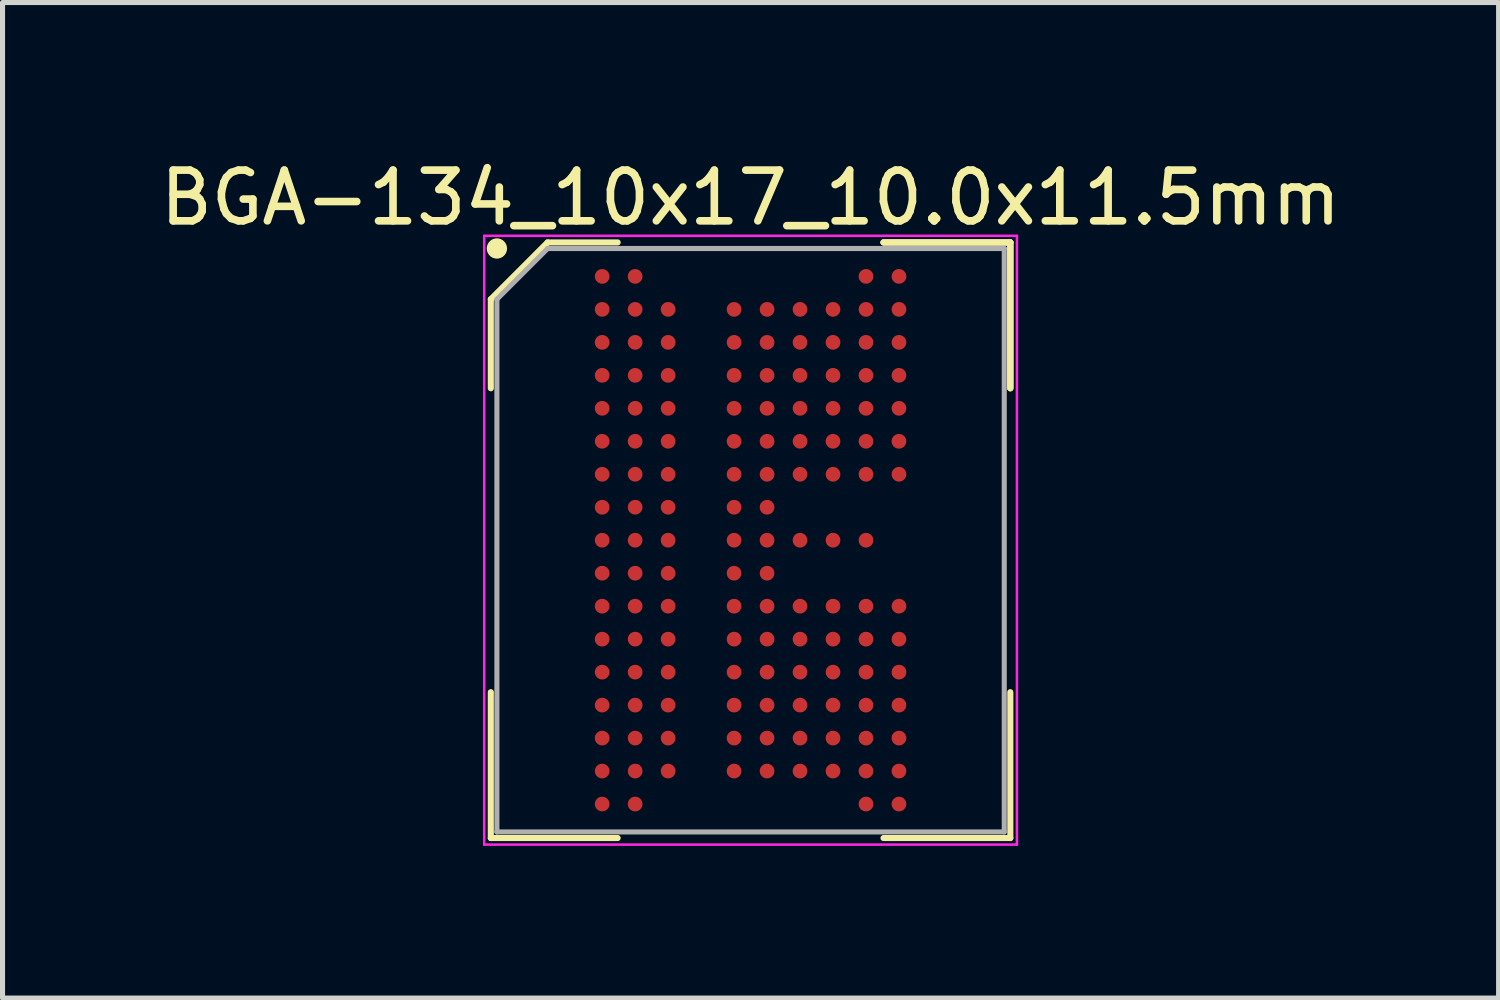
<source format=kicad_pcb>
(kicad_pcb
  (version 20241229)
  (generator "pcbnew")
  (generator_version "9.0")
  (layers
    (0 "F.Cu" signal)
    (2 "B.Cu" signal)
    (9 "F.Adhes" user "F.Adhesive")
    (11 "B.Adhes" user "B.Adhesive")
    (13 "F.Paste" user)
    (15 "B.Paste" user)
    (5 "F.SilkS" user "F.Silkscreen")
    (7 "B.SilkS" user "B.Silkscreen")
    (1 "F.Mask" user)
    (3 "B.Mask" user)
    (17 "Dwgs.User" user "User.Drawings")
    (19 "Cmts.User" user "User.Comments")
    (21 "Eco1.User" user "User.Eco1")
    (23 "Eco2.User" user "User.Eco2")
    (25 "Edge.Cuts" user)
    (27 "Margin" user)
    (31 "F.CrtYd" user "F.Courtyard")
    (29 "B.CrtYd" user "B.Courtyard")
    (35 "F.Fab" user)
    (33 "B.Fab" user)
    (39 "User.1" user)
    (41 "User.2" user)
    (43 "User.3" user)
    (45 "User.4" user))
  (footprint "BGA-134_10x17_10.0x11.5mm"
    (layer "F.Cu")
    (at 11.744 7.598)
    (property "Reference" "BGA-134_10x17_10.0x11.5mm" (at 0 -6.75 0) (layer "F.SilkS") (effects (font (size 1 1) (thickness 0.15))))
    (attr smd)
    (fp_line (start -5.12 -4.75) (end -5.12 -2.995) (stroke (width 0.12) (type solid)) (layer "F.SilkS"))
    (fp_line (start -5.12 5.87) (end -5.12 2.995) (stroke (width 0.12) (type solid)) (layer "F.SilkS"))
    (fp_line (start -4 -5.87) (end -5.12 -4.75) (stroke (width 0.12) (type solid)) (layer "F.SilkS"))
    (fp_line (start -2.62 -5.87) (end -4 -5.87) (stroke (width 0.12) (type solid)) (layer "F.SilkS"))
    (fp_line (start -2.62 5.87) (end -5.12 5.87) (stroke (width 0.12) (type solid)) (layer "F.SilkS"))
    (fp_line (start 2.62 -5.87) (end 5.12 -5.87) (stroke (width 0.12) (type solid)) (layer "F.SilkS"))
    (fp_line (start 2.62 -5.87) (end 5.12 -5.87) (stroke (width 0.12) (type solid)) (layer "F.SilkS"))
    (fp_line (start 2.62 -5.87) (end 5.12 -5.87) (stroke (width 0.12) (type solid)) (layer "F.SilkS"))
    (fp_line (start 2.62 5.87) (end 5.12 5.87) (stroke (width 0.12) (type solid)) (layer "F.SilkS"))
    (fp_line (start 5.12 -5.87) (end 5.12 -2.995) (stroke (width 0.12) (type solid)) (layer "F.SilkS"))
    (fp_line (start 5.12 -5.87) (end 5.12 -2.995) (stroke (width 0.12) (type solid)) (layer "F.SilkS"))
    (fp_line (start 5.12 -5.87) (end 5.12 -2.995) (stroke (width 0.12) (type solid)) (layer "F.SilkS"))
    (fp_line (start 5.12 5.87) (end 5.12 2.995) (stroke (width 0.12) (type solid)) (layer "F.SilkS"))
    (fp_circle (center -5 -5.75) (end -5 -5.65) (stroke (width 0.2) (type solid)) (fill no) (layer "F.SilkS"))
    (fp_line (start -5.25 -6) (end 5.25 -6) (stroke (width 0.05) (type solid)) (layer "F.CrtYd"))
    (fp_line (start -5.25 6) (end -5.25 -6) (stroke (width 0.05) (type solid)) (layer "F.CrtYd"))
    (fp_line (start 5.25 -6) (end 5.25 6) (stroke (width 0.05) (type solid)) (layer "F.CrtYd"))
    (fp_line (start 5.25 6) (end -5.25 6) (stroke (width 0.05) (type solid)) (layer "F.CrtYd"))
    (fp_line (start -5 -4.75) (end -5 5.75) (stroke (width 0.1) (type solid)) (layer "F.Fab"))
    (fp_line (start -5 5.75) (end 5 5.75) (stroke (width 0.1) (type solid)) (layer "F.Fab"))
    (fp_line (start -4 -5.75) (end -5 -4.75) (stroke (width 0.1) (type solid)) (layer "F.Fab"))
    (fp_line (start 5 -5.75) (end -4 -5.75) (stroke (width 0.1) (type solid)) (layer "F.Fab"))
    (fp_line (start 5 5.75) (end 5 -5.75) (stroke (width 0.1) (type solid)) (layer "F.Fab"))
    (pad "A1" smd circle (at -2.925 -5.2) (size 0.29 0.29) (layers "F.Cu" "F.Mask" "F.Paste"))
    (pad "A2" smd circle (at -2.275 -5.2) (size 0.29 0.29) (layers "F.Cu" "F.Mask" "F.Paste"))
    (pad "A9" smd circle (at 2.275 -5.2) (size 0.29 0.29) (layers "F.Cu" "F.Mask" "F.Paste"))
    (pad "A10" smd circle (at 2.925 -5.2) (size 0.29 0.29) (layers "F.Cu" "F.Mask" "F.Paste"))
    (pad "B1" smd circle (at -2.925 -4.55) (size 0.29 0.29) (layers "F.Cu" "F.Mask" "F.Paste"))
    (pad "B2" smd circle (at -2.275 -4.55) (size 0.29 0.29) (layers "F.Cu" "F.Mask" "F.Paste"))
    (pad "B3" smd circle (at -1.625 -4.55) (size 0.29 0.29) (layers "F.Cu" "F.Mask" "F.Paste"))
    (pad "B5" smd circle (at -0.325 -4.55) (size 0.29 0.29) (layers "F.Cu" "F.Mask" "F.Paste"))
    (pad "B6" smd circle (at 0.325 -4.55) (size 0.29 0.29) (layers "F.Cu" "F.Mask" "F.Paste"))
    (pad "B7" smd circle (at 0.975 -4.55) (size 0.29 0.29) (layers "F.Cu" "F.Mask" "F.Paste"))
    (pad "B8" smd circle (at 1.625 -4.55) (size 0.29 0.29) (layers "F.Cu" "F.Mask" "F.Paste"))
    (pad "B9" smd circle (at 2.275 -4.55) (size 0.29 0.29) (layers "F.Cu" "F.Mask" "F.Paste"))
    (pad "B10" smd circle (at 2.925 -4.55) (size 0.29 0.29) (layers "F.Cu" "F.Mask" "F.Paste"))
    (pad "C1" smd circle (at -2.925 -3.9) (size 0.29 0.29) (layers "F.Cu" "F.Mask" "F.Paste"))
    (pad "C2" smd circle (at -2.275 -3.9) (size 0.29 0.29) (layers "F.Cu" "F.Mask" "F.Paste"))
    (pad "C3" smd circle (at -1.625 -3.9) (size 0.29 0.29) (layers "F.Cu" "F.Mask" "F.Paste"))
    (pad "C5" smd circle (at -0.325 -3.9) (size 0.29 0.29) (layers "F.Cu" "F.Mask" "F.Paste"))
    (pad "C6" smd circle (at 0.325 -3.9) (size 0.29 0.29) (layers "F.Cu" "F.Mask" "F.Paste"))
    (pad "C7" smd circle (at 0.975 -3.9) (size 0.29 0.29) (layers "F.Cu" "F.Mask" "F.Paste"))
    (pad "C8" smd circle (at 1.625 -3.9) (size 0.29 0.29) (layers "F.Cu" "F.Mask" "F.Paste"))
    (pad "C9" smd circle (at 2.275 -3.9) (size 0.29 0.29) (layers "F.Cu" "F.Mask" "F.Paste"))
    (pad "C10" smd circle (at 2.925 -3.9) (size 0.29 0.29) (layers "F.Cu" "F.Mask" "F.Paste"))
    (pad "D1" smd circle (at -2.925 -3.25) (size 0.29 0.29) (layers "F.Cu" "F.Mask" "F.Paste"))
    (pad "D2" smd circle (at -2.275 -3.25) (size 0.29 0.29) (layers "F.Cu" "F.Mask" "F.Paste"))
    (pad "D3" smd circle (at -1.625 -3.25) (size 0.29 0.29) (layers "F.Cu" "F.Mask" "F.Paste"))
    (pad "D5" smd circle (at -0.325 -3.25) (size 0.29 0.29) (layers "F.Cu" "F.Mask" "F.Paste"))
    (pad "D6" smd circle (at 0.325 -3.25) (size 0.29 0.29) (layers "F.Cu" "F.Mask" "F.Paste"))
    (pad "D7" smd circle (at 0.975 -3.25) (size 0.29 0.29) (layers "F.Cu" "F.Mask" "F.Paste"))
    (pad "D8" smd circle (at 1.625 -3.25) (size 0.29 0.29) (layers "F.Cu" "F.Mask" "F.Paste"))
    (pad "D9" smd circle (at 2.275 -3.25) (size 0.29 0.29) (layers "F.Cu" "F.Mask" "F.Paste"))
    (pad "D10" smd circle (at 2.925 -3.25) (size 0.29 0.29) (layers "F.Cu" "F.Mask" "F.Paste"))
    (pad "E1" smd circle (at -2.925 -2.6) (size 0.29 0.29) (layers "F.Cu" "F.Mask" "F.Paste"))
    (pad "E2" smd circle (at -2.275 -2.6) (size 0.29 0.29) (layers "F.Cu" "F.Mask" "F.Paste"))
    (pad "E3" smd circle (at -1.625 -2.6) (size 0.29 0.29) (layers "F.Cu" "F.Mask" "F.Paste"))
    (pad "E5" smd circle (at -0.325 -2.6) (size 0.29 0.29) (layers "F.Cu" "F.Mask" "F.Paste"))
    (pad "E6" smd circle (at 0.325 -2.6) (size 0.29 0.29) (layers "F.Cu" "F.Mask" "F.Paste"))
    (pad "E7" smd circle (at 0.975 -2.6) (size 0.29 0.29) (layers "F.Cu" "F.Mask" "F.Paste"))
    (pad "E8" smd circle (at 1.625 -2.6) (size 0.29 0.29) (layers "F.Cu" "F.Mask" "F.Paste"))
    (pad "E9" smd circle (at 2.275 -2.6) (size 0.29 0.29) (layers "F.Cu" "F.Mask" "F.Paste"))
    (pad "E10" smd circle (at 2.925 -2.6) (size 0.29 0.29) (layers "F.Cu" "F.Mask" "F.Paste"))
    (pad "F1" smd circle (at -2.925 -1.95) (size 0.29 0.29) (layers "F.Cu" "F.Mask" "F.Paste"))
    (pad "F2" smd circle (at -2.275 -1.95) (size 0.29 0.29) (layers "F.Cu" "F.Mask" "F.Paste"))
    (pad "F3" smd circle (at -1.625 -1.95) (size 0.29 0.29) (layers "F.Cu" "F.Mask" "F.Paste"))
    (pad "F5" smd circle (at -0.325 -1.95) (size 0.29 0.29) (layers "F.Cu" "F.Mask" "F.Paste"))
    (pad "F6" smd circle (at 0.325 -1.95) (size 0.29 0.29) (layers "F.Cu" "F.Mask" "F.Paste"))
    (pad "F7" smd circle (at 0.975 -1.95) (size 0.29 0.29) (layers "F.Cu" "F.Mask" "F.Paste"))
    (pad "F8" smd circle (at 1.625 -1.95) (size 0.29 0.29) (layers "F.Cu" "F.Mask" "F.Paste"))
    (pad "F9" smd circle (at 2.275 -1.95) (size 0.29 0.29) (layers "F.Cu" "F.Mask" "F.Paste"))
    (pad "F10" smd circle (at 2.925 -1.95) (size 0.29 0.29) (layers "F.Cu" "F.Mask" "F.Paste"))
    (pad "G1" smd circle (at -2.925 -1.3) (size 0.29 0.29) (layers "F.Cu" "F.Mask" "F.Paste"))
    (pad "G2" smd circle (at -2.275 -1.3) (size 0.29 0.29) (layers "F.Cu" "F.Mask" "F.Paste"))
    (pad "G3" smd circle (at -1.625 -1.3) (size 0.29 0.29) (layers "F.Cu" "F.Mask" "F.Paste"))
    (pad "G5" smd circle (at -0.325 -1.3) (size 0.29 0.29) (layers "F.Cu" "F.Mask" "F.Paste"))
    (pad "G6" smd circle (at 0.325 -1.3) (size 0.29 0.29) (layers "F.Cu" "F.Mask" "F.Paste"))
    (pad "G7" smd circle (at 0.975 -1.3) (size 0.29 0.29) (layers "F.Cu" "F.Mask" "F.Paste"))
    (pad "G8" smd circle (at 1.625 -1.3) (size 0.29 0.29) (layers "F.Cu" "F.Mask" "F.Paste"))
    (pad "G9" smd circle (at 2.275 -1.3) (size 0.29 0.29) (layers "F.Cu" "F.Mask" "F.Paste"))
    (pad "G10" smd circle (at 2.925 -1.3) (size 0.29 0.29) (layers "F.Cu" "F.Mask" "F.Paste"))
    (pad "H1" smd circle (at -2.925 -0.65) (size 0.29 0.29) (layers "F.Cu" "F.Mask" "F.Paste"))
    (pad "H2" smd circle (at -2.275 -0.65) (size 0.29 0.29) (layers "F.Cu" "F.Mask" "F.Paste"))
    (pad "H3" smd circle (at -1.625 -0.65) (size 0.29 0.29) (layers "F.Cu" "F.Mask" "F.Paste"))
    (pad "H5" smd circle (at -0.325 -0.65) (size 0.29 0.29) (layers "F.Cu" "F.Mask" "F.Paste"))
    (pad "H6" smd circle (at 0.325 -0.65) (size 0.29 0.29) (layers "F.Cu" "F.Mask" "F.Paste"))
    (pad "J1" smd circle (at -2.925 0) (size 0.29 0.29) (layers "F.Cu" "F.Mask" "F.Paste"))
    (pad "J2" smd circle (at -2.275 0) (size 0.29 0.29) (layers "F.Cu" "F.Mask" "F.Paste"))
    (pad "J3" smd circle (at -1.625 0) (size 0.29 0.29) (layers "F.Cu" "F.Mask" "F.Paste"))
    (pad "J5" smd circle (at -0.325 0) (size 0.29 0.29) (layers "F.Cu" "F.Mask" "F.Paste"))
    (pad "J6" smd circle (at 0.325 0) (size 0.29 0.29) (layers "F.Cu" "F.Mask" "F.Paste"))
    (pad "J7" smd circle (at 0.975 0) (size 0.29 0.29) (layers "F.Cu" "F.Mask" "F.Paste"))
    (pad "J8" smd circle (at 1.625 0) (size 0.29 0.29) (layers "F.Cu" "F.Mask" "F.Paste"))
    (pad "J9" smd circle (at 2.275 0) (size 0.29 0.29) (layers "F.Cu" "F.Mask" "F.Paste"))
    (pad "K1" smd circle (at -2.925 0.65) (size 0.29 0.29) (layers "F.Cu" "F.Mask" "F.Paste"))
    (pad "K2" smd circle (at -2.275 0.65) (size 0.29 0.29) (layers "F.Cu" "F.Mask" "F.Paste"))
    (pad "K3" smd circle (at -1.625 0.65) (size 0.29 0.29) (layers "F.Cu" "F.Mask" "F.Paste"))
    (pad "K5" smd circle (at -0.325 0.65) (size 0.29 0.29) (layers "F.Cu" "F.Mask" "F.Paste"))
    (pad "K6" smd circle (at 0.325 0.65) (size 0.29 0.29) (layers "F.Cu" "F.Mask" "F.Paste"))
    (pad "L1" smd circle (at -2.925 1.3) (size 0.29 0.29) (layers "F.Cu" "F.Mask" "F.Paste"))
    (pad "L2" smd circle (at -2.275 1.3) (size 0.29 0.29) (layers "F.Cu" "F.Mask" "F.Paste"))
    (pad "L3" smd circle (at -1.625 1.3) (size 0.29 0.29) (layers "F.Cu" "F.Mask" "F.Paste"))
    (pad "L5" smd circle (at -0.325 1.3) (size 0.29 0.29) (layers "F.Cu" "F.Mask" "F.Paste"))
    (pad "L6" smd circle (at 0.325 1.3) (size 0.29 0.29) (layers "F.Cu" "F.Mask" "F.Paste"))
    (pad "L7" smd circle (at 0.975 1.3) (size 0.29 0.29) (layers "F.Cu" "F.Mask" "F.Paste"))
    (pad "L8" smd circle (at 1.625 1.3) (size 0.29 0.29) (layers "F.Cu" "F.Mask" "F.Paste"))
    (pad "L9" smd circle (at 2.275 1.3) (size 0.29 0.29) (layers "F.Cu" "F.Mask" "F.Paste"))
    (pad "L10" smd circle (at 2.925 1.3) (size 0.29 0.29) (layers "F.Cu" "F.Mask" "F.Paste"))
    (pad "M1" smd circle (at -2.925 1.95) (size 0.29 0.29) (layers "F.Cu" "F.Mask" "F.Paste"))
    (pad "M2" smd circle (at -2.275 1.95) (size 0.29 0.29) (layers "F.Cu" "F.Mask" "F.Paste"))
    (pad "M3" smd circle (at -1.625 1.95) (size 0.29 0.29) (layers "F.Cu" "F.Mask" "F.Paste"))
    (pad "M5" smd circle (at -0.325 1.95) (size 0.29 0.29) (layers "F.Cu" "F.Mask" "F.Paste"))
    (pad "M6" smd circle (at 0.325 1.95) (size 0.29 0.29) (layers "F.Cu" "F.Mask" "F.Paste"))
    (pad "M7" smd circle (at 0.975 1.95) (size 0.29 0.29) (layers "F.Cu" "F.Mask" "F.Paste"))
    (pad "M8" smd circle (at 1.625 1.95) (size 0.29 0.29) (layers "F.Cu" "F.Mask" "F.Paste"))
    (pad "M9" smd circle (at 2.275 1.95) (size 0.29 0.29) (layers "F.Cu" "F.Mask" "F.Paste"))
    (pad "M10" smd circle (at 2.925 1.95) (size 0.29 0.29) (layers "F.Cu" "F.Mask" "F.Paste"))
    (pad "N1" smd circle (at -2.925 2.6) (size 0.29 0.29) (layers "F.Cu" "F.Mask" "F.Paste"))
    (pad "N2" smd circle (at -2.275 2.6) (size 0.29 0.29) (layers "F.Cu" "F.Mask" "F.Paste"))
    (pad "N3" smd circle (at -1.625 2.6) (size 0.29 0.29) (layers "F.Cu" "F.Mask" "F.Paste"))
    (pad "N5" smd circle (at -0.325 2.6) (size 0.29 0.29) (layers "F.Cu" "F.Mask" "F.Paste"))
    (pad "N6" smd circle (at 0.325 2.6) (size 0.29 0.29) (layers "F.Cu" "F.Mask" "F.Paste"))
    (pad "N7" smd circle (at 0.975 2.6) (size 0.29 0.29) (layers "F.Cu" "F.Mask" "F.Paste"))
    (pad "N8" smd circle (at 1.625 2.6) (size 0.29 0.29) (layers "F.Cu" "F.Mask" "F.Paste"))
    (pad "N9" smd circle (at 2.275 2.6) (size 0.29 0.29) (layers "F.Cu" "F.Mask" "F.Paste"))
    (pad "N10" smd circle (at 2.925 2.6) (size 0.29 0.29) (layers "F.Cu" "F.Mask" "F.Paste"))
    (pad "P1" smd circle (at -2.925 3.25) (size 0.29 0.29) (layers "F.Cu" "F.Mask" "F.Paste"))
    (pad "P2" smd circle (at -2.275 3.25) (size 0.29 0.29) (layers "F.Cu" "F.Mask" "F.Paste"))
    (pad "P3" smd circle (at -1.625 3.25) (size 0.29 0.29) (layers "F.Cu" "F.Mask" "F.Paste"))
    (pad "P5" smd circle (at -0.325 3.25) (size 0.29 0.29) (layers "F.Cu" "F.Mask" "F.Paste"))
    (pad "P6" smd circle (at 0.325 3.25) (size 0.29 0.29) (layers "F.Cu" "F.Mask" "F.Paste"))
    (pad "P7" smd circle (at 0.975 3.25) (size 0.29 0.29) (layers "F.Cu" "F.Mask" "F.Paste"))
    (pad "P8" smd circle (at 1.625 3.25) (size 0.29 0.29) (layers "F.Cu" "F.Mask" "F.Paste"))
    (pad "P9" smd circle (at 2.275 3.25) (size 0.29 0.29) (layers "F.Cu" "F.Mask" "F.Paste"))
    (pad "P10" smd circle (at 2.925 3.25) (size 0.29 0.29) (layers "F.Cu" "F.Mask" "F.Paste"))
    (pad "R1" smd circle (at -2.925 3.9) (size 0.29 0.29) (layers "F.Cu" "F.Mask" "F.Paste"))
    (pad "R2" smd circle (at -2.275 3.9) (size 0.29 0.29) (layers "F.Cu" "F.Mask" "F.Paste"))
    (pad "R3" smd circle (at -1.625 3.9) (size 0.29 0.29) (layers "F.Cu" "F.Mask" "F.Paste"))
    (pad "R5" smd circle (at -0.325 3.9) (size 0.29 0.29) (layers "F.Cu" "F.Mask" "F.Paste"))
    (pad "R6" smd circle (at 0.325 3.9) (size 0.29 0.29) (layers "F.Cu" "F.Mask" "F.Paste"))
    (pad "R7" smd circle (at 0.975 3.9) (size 0.29 0.29) (layers "F.Cu" "F.Mask" "F.Paste"))
    (pad "R8" smd circle (at 1.625 3.9) (size 0.29 0.29) (layers "F.Cu" "F.Mask" "F.Paste"))
    (pad "R9" smd circle (at 2.275 3.9) (size 0.29 0.29) (layers "F.Cu" "F.Mask" "F.Paste"))
    (pad "R10" smd circle (at 2.925 3.9) (size 0.29 0.29) (layers "F.Cu" "F.Mask" "F.Paste"))
    (pad "T1" smd circle (at -2.925 4.55) (size 0.29 0.29) (layers "F.Cu" "F.Mask" "F.Paste"))
    (pad "T2" smd circle (at -2.275 4.55) (size 0.29 0.29) (layers "F.Cu" "F.Mask" "F.Paste"))
    (pad "T3" smd circle (at -1.625 4.55) (size 0.29 0.29) (layers "F.Cu" "F.Mask" "F.Paste"))
    (pad "T5" smd circle (at -0.325 4.55) (size 0.29 0.29) (layers "F.Cu" "F.Mask" "F.Paste"))
    (pad "T6" smd circle (at 0.325 4.55) (size 0.29 0.29) (layers "F.Cu" "F.Mask" "F.Paste"))
    (pad "T7" smd circle (at 0.975 4.55) (size 0.29 0.29) (layers "F.Cu" "F.Mask" "F.Paste"))
    (pad "T8" smd circle (at 1.625 4.55) (size 0.29 0.29) (layers "F.Cu" "F.Mask" "F.Paste"))
    (pad "T9" smd circle (at 2.275 4.55) (size 0.29 0.29) (layers "F.Cu" "F.Mask" "F.Paste"))
    (pad "T10" smd circle (at 2.925 4.55) (size 0.29 0.29) (layers "F.Cu" "F.Mask" "F.Paste"))
    (pad "U1" smd circle (at -2.925 5.2) (size 0.29 0.29) (layers "F.Cu" "F.Mask" "F.Paste"))
    (pad "U2" smd circle (at -2.275 5.2) (size 0.29 0.29) (layers "F.Cu" "F.Mask" "F.Paste"))
    (pad "U9" smd circle (at 2.275 5.2) (size 0.29 0.29) (layers "F.Cu" "F.Mask" "F.Paste"))
    (pad "U10" smd circle (at 2.925 5.2) (size 0.29 0.29) (layers "F.Cu" "F.Mask" "F.Paste")))
  (gr_rect
    (start -3 -3)
    (end 26.488 16.623)
    (stroke (width 0.1) (type default))
    (fill no)
    (layer "Edge.Cuts")))
</source>
